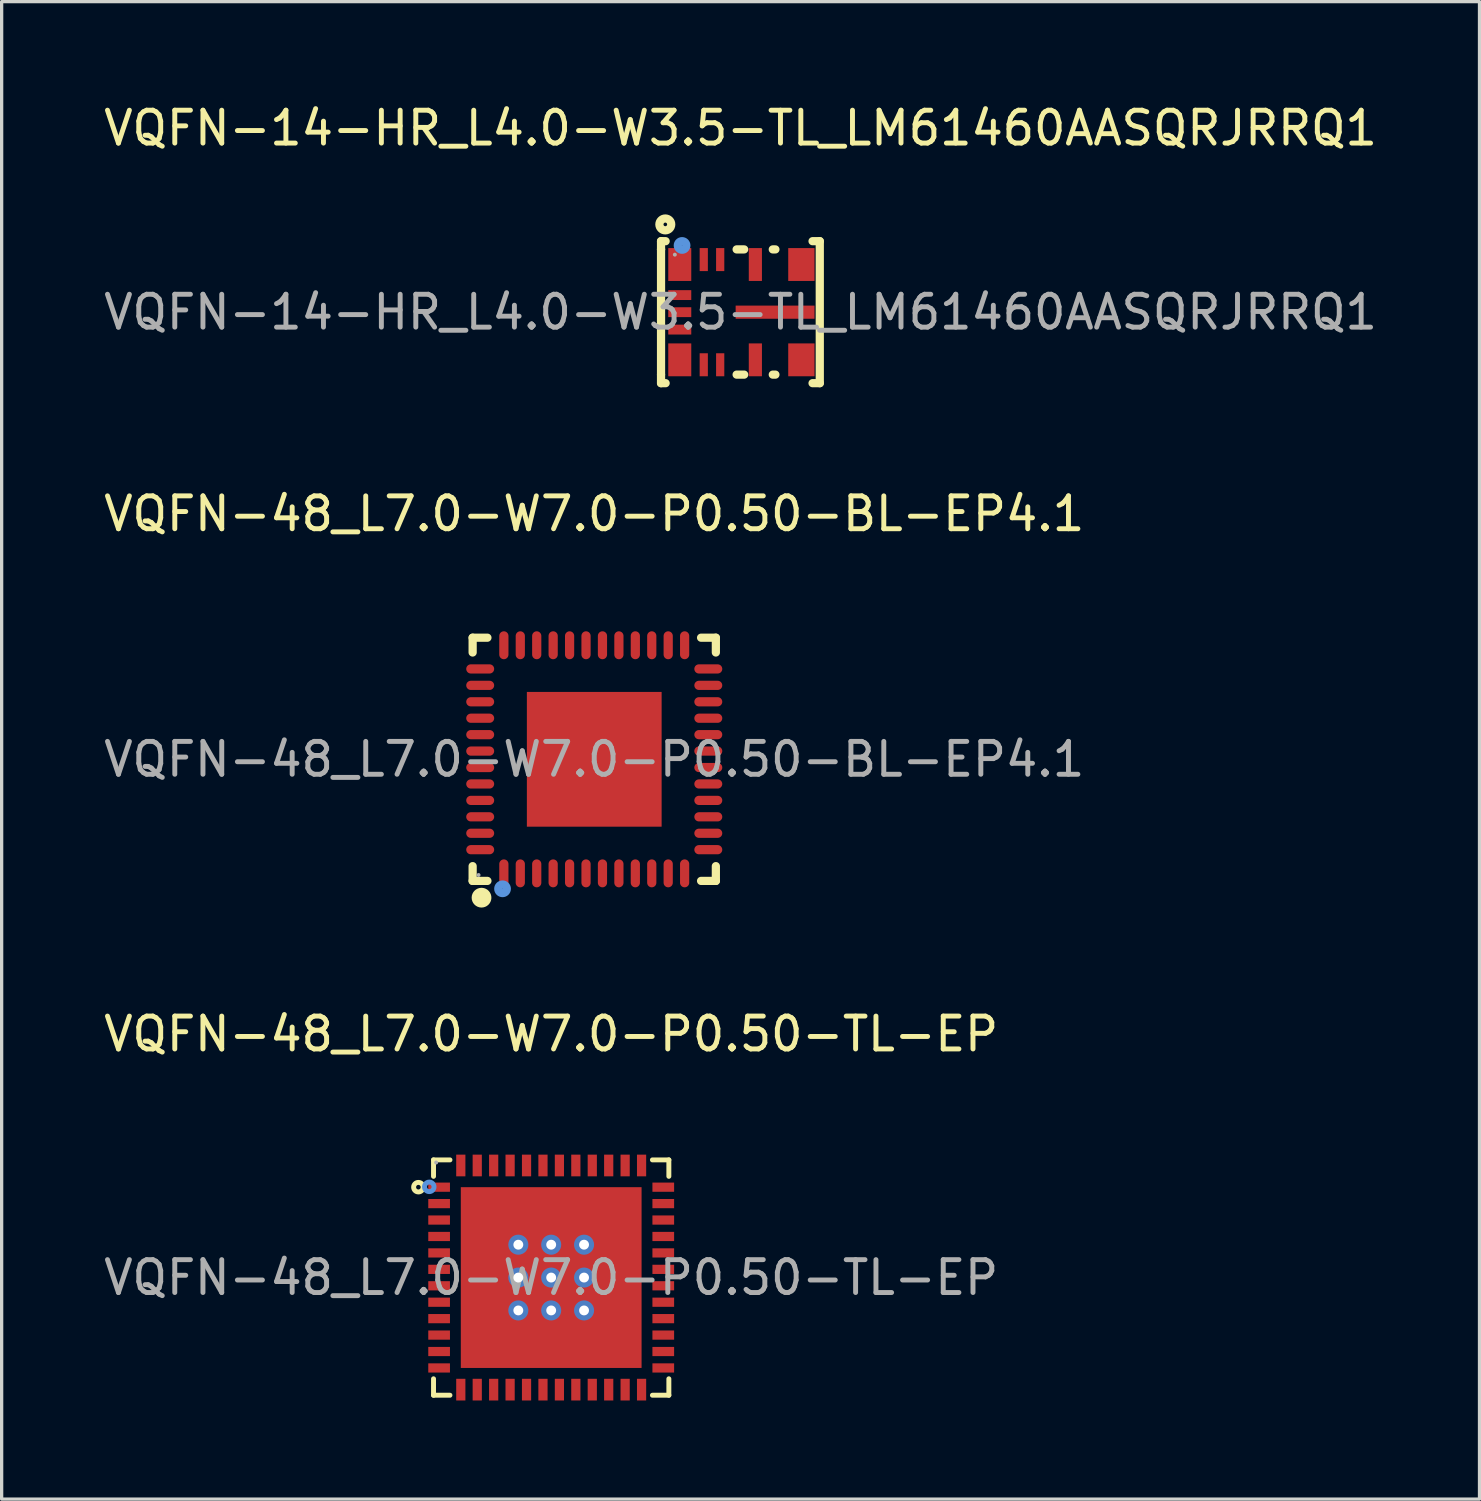
<source format=kicad_pcb>
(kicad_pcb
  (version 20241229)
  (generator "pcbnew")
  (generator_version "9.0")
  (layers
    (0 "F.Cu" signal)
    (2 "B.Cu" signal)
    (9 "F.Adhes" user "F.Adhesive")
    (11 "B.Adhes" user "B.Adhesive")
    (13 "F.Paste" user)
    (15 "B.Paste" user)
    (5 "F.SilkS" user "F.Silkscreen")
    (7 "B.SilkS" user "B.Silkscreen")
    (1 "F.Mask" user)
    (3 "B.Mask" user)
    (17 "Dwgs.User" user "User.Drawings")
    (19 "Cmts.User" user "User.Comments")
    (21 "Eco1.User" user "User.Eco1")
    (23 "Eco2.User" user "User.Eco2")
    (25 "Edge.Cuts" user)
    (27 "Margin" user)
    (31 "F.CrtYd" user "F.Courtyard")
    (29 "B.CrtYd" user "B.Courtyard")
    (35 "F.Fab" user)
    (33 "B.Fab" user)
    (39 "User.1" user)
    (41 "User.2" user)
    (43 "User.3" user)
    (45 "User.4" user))
  (footprint "VQFN-48_L7.0-W7.0-P0.50-BL-EP4.1"
    (layer "F.Cu")
    (at 15.03 20.052)
    (property "Reference" "VQFN-48_L7.0-W7.0-P0.50-BL-EP4.1" (at 0 -7.47 0) (layer "F.SilkS") (effects (font (size 1 1) (thickness 0.15))))
    (attr smd)
    (fp_line (start -3.7 -3.7) (end -3.25 -3.7) (stroke (width 0.25) (type solid)) (layer "F.SilkS"))
    (fp_line (start -3.7 -3.25) (end -3.7 -3.7) (stroke (width 0.25) (type solid)) (layer "F.SilkS"))
    (fp_line (start -3.7 3.7) (end -3.7 3.25) (stroke (width 0.25) (type solid)) (layer "F.SilkS"))
    (fp_line (start -3.25 3.7) (end -3.7 3.7) (stroke (width 0.25) (type solid)) (layer "F.SilkS"))
    (fp_line (start 3.25 3.7) (end 3.7 3.7) (stroke (width 0.25) (type solid)) (layer "F.SilkS"))
    (fp_line (start 3.7 -3.7) (end 3.25 -3.7) (stroke (width 0.25) (type solid)) (layer "F.SilkS"))
    (fp_line (start 3.7 -3.25) (end 3.7 -3.7) (stroke (width 0.25) (type solid)) (layer "F.SilkS"))
    (fp_line (start 3.7 3.7) (end 3.7 3.25) (stroke (width 0.25) (type solid)) (layer "F.SilkS"))
    (fp_arc (start -3.42 4.06) (mid -3.434995 4.36025) (end -3.430016 4.059667) (stroke (width 0.3) (type solid)) (layer "F.SilkS"))
    (fp_circle (center -2.79 3.94) (end -2.66 3.94) (stroke (width 0.25) (type solid)) (fill no) (layer "Cmts.User"))
    (fp_circle (center -3.52 3.52) (end -3.49 3.52) (stroke (width 0.06) (type solid)) (fill no) (layer "F.Fab"))
    (fp_text user "${REFERENCE}" (at 0 0 0) (layer "F.Fab") (effects (font (size 1 1) (thickness 0.15))))
    (pad "1" smd oval (at -2.75 3.47) (size 0.28 0.85) (layers "F.Cu" "F.Mask" "F.Paste"))
    (pad "2" smd oval (at -2.25 3.47) (size 0.28 0.85) (layers "F.Cu" "F.Mask" "F.Paste"))
    (pad "3" smd oval (at -1.75 3.47) (size 0.28 0.85) (layers "F.Cu" "F.Mask" "F.Paste"))
    (pad "4" smd oval (at -1.25 3.47) (size 0.28 0.85) (layers "F.Cu" "F.Mask" "F.Paste"))
    (pad "5" smd oval (at -0.75 3.47) (size 0.28 0.85) (layers "F.Cu" "F.Mask" "F.Paste"))
    (pad "6" smd oval (at -0.25 3.47) (size 0.28 0.85) (layers "F.Cu" "F.Mask" "F.Paste"))
    (pad "7" smd oval (at 0.25 3.47) (size 0.28 0.85) (layers "F.Cu" "F.Mask" "F.Paste"))
    (pad "8" smd oval (at 0.75 3.47) (size 0.28 0.85) (layers "F.Cu" "F.Mask" "F.Paste"))
    (pad "9" smd oval (at 1.25 3.47) (size 0.28 0.85) (layers "F.Cu" "F.Mask" "F.Paste"))
    (pad "10" smd oval (at 1.75 3.47) (size 0.28 0.85) (layers "F.Cu" "F.Mask" "F.Paste"))
    (pad "11" smd oval (at 2.25 3.47) (size 0.28 0.85) (layers "F.Cu" "F.Mask" "F.Paste"))
    (pad "12" smd oval (at 2.75 3.47) (size 0.28 0.85) (layers "F.Cu" "F.Mask" "F.Paste"))
    (pad "13" smd oval (at 3.47 2.75) (size 0.85 0.28) (layers "F.Cu" "F.Mask" "F.Paste"))
    (pad "14" smd oval (at 3.47 2.25) (size 0.85 0.28) (layers "F.Cu" "F.Mask" "F.Paste"))
    (pad "15" smd oval (at 3.47 1.75) (size 0.85 0.28) (layers "F.Cu" "F.Mask" "F.Paste"))
    (pad "16" smd oval (at 3.47 1.25) (size 0.85 0.28) (layers "F.Cu" "F.Mask" "F.Paste"))
    (pad "17" smd oval (at 3.47 0.75) (size 0.85 0.28) (layers "F.Cu" "F.Mask" "F.Paste"))
    (pad "18" smd oval (at 3.47 0.25) (size 0.85 0.28) (layers "F.Cu" "F.Mask" "F.Paste"))
    (pad "19" smd oval (at 3.47 -0.25) (size 0.85 0.28) (layers "F.Cu" "F.Mask" "F.Paste"))
    (pad "20" smd oval (at 3.47 -0.75) (size 0.85 0.28) (layers "F.Cu" "F.Mask" "F.Paste"))
    (pad "21" smd oval (at 3.47 -1.25) (size 0.85 0.28) (layers "F.Cu" "F.Mask" "F.Paste"))
    (pad "22" smd oval (at 3.47 -1.75) (size 0.85 0.28) (layers "F.Cu" "F.Mask" "F.Paste"))
    (pad "23" smd oval (at 3.47 -2.25) (size 0.85 0.28) (layers "F.Cu" "F.Mask" "F.Paste"))
    (pad "24" smd oval (at 3.47 -2.75) (size 0.85 0.28) (layers "F.Cu" "F.Mask" "F.Paste"))
    (pad "25" smd oval (at 2.75 -3.47) (size 0.28 0.85) (layers "F.Cu" "F.Mask" "F.Paste"))
    (pad "26" smd oval (at 2.25 -3.47) (size 0.28 0.85) (layers "F.Cu" "F.Mask" "F.Paste"))
    (pad "27" smd oval (at 1.75 -3.47) (size 0.28 0.85) (layers "F.Cu" "F.Mask" "F.Paste"))
    (pad "28" smd oval (at 1.25 -3.47) (size 0.28 0.85) (layers "F.Cu" "F.Mask" "F.Paste"))
    (pad "29" smd oval (at 0.75 -3.47) (size 0.28 0.85) (layers "F.Cu" "F.Mask" "F.Paste"))
    (pad "30" smd oval (at 0.25 -3.47) (size 0.28 0.85) (layers "F.Cu" "F.Mask" "F.Paste"))
    (pad "31" smd oval (at -0.25 -3.47) (size 0.28 0.85) (layers "F.Cu" "F.Mask" "F.Paste"))
    (pad "32" smd oval (at -0.75 -3.47) (size 0.28 0.85) (layers "F.Cu" "F.Mask" "F.Paste"))
    (pad "33" smd oval (at -1.25 -3.47) (size 0.28 0.85) (layers "F.Cu" "F.Mask" "F.Paste"))
    (pad "34" smd oval (at -1.75 -3.47) (size 0.28 0.85) (layers "F.Cu" "F.Mask" "F.Paste"))
    (pad "35" smd oval (at -2.25 -3.47) (size 0.28 0.85) (layers "F.Cu" "F.Mask" "F.Paste"))
    (pad "36" smd oval (at -2.75 -3.47) (size 0.28 0.85) (layers "F.Cu" "F.Mask" "F.Paste"))
    (pad "37" smd oval (at -3.47 -2.75) (size 0.85 0.28) (layers "F.Cu" "F.Mask" "F.Paste"))
    (pad "38" smd oval (at -3.47 -2.25) (size 0.85 0.28) (layers "F.Cu" "F.Mask" "F.Paste"))
    (pad "39" smd oval (at -3.47 -1.75) (size 0.85 0.28) (layers "F.Cu" "F.Mask" "F.Paste"))
    (pad "40" smd oval (at -3.47 -1.25) (size 0.85 0.28) (layers "F.Cu" "F.Mask" "F.Paste"))
    (pad "41" smd oval (at -3.47 -0.75) (size 0.85 0.28) (layers "F.Cu" "F.Mask" "F.Paste"))
    (pad "42" smd oval (at -3.47 -0.25) (size 0.85 0.28) (layers "F.Cu" "F.Mask" "F.Paste"))
    (pad "43" smd oval (at -3.47 0.25) (size 0.85 0.28) (layers "F.Cu" "F.Mask" "F.Paste"))
    (pad "44" smd oval (at -3.47 0.75) (size 0.85 0.28) (layers "F.Cu" "F.Mask" "F.Paste"))
    (pad "45" smd oval (at -3.47 1.25) (size 0.85 0.28) (layers "F.Cu" "F.Mask" "F.Paste"))
    (pad "46" smd oval (at -3.47 1.75) (size 0.85 0.28) (layers "F.Cu" "F.Mask" "F.Paste"))
    (pad "47" smd oval (at -3.47 2.25) (size 0.85 0.28) (layers "F.Cu" "F.Mask" "F.Paste"))
    (pad "48" smd oval (at -3.47 2.75) (size 0.85 0.28) (layers "F.Cu" "F.Mask" "F.Paste"))
    (pad "49" smd rect (at 0 0) (size 4.1 4.1) (layers "F.Cu" "F.Mask" "F.Paste")))
  (footprint "VQFN-48_L7.0-W7.0-P0.50-TL-EP"
    (layer "F.Cu")
    (at 13.72 35.82)
    (property "Reference" "VQFN-48_L7.0-W7.0-P0.50-TL-EP" (at 0 -7.41 0) (layer "F.SilkS") (effects (font (size 1 1) (thickness 0.15))))
    (attr smd)
    (fp_line (start -3.58 -3.58) (end -3.58 -3.08) (stroke (width 0.15) (type solid)) (layer "F.SilkS"))
    (fp_line (start -3.58 3.58) (end -3.58 3.08) (stroke (width 0.15) (type solid)) (layer "F.SilkS"))
    (fp_line (start -3.08 -3.58) (end -3.58 -3.58) (stroke (width 0.15) (type solid)) (layer "F.SilkS"))
    (fp_line (start -3.08 3.58) (end -3.58 3.58) (stroke (width 0.15) (type solid)) (layer "F.SilkS"))
    (fp_line (start 3.08 -3.58) (end 3.58 -3.58) (stroke (width 0.15) (type solid)) (layer "F.SilkS"))
    (fp_line (start 3.08 3.58) (end 3.58 3.58) (stroke (width 0.15) (type solid)) (layer "F.SilkS"))
    (fp_line (start 3.58 -3.58) (end 3.58 -3.08) (stroke (width 0.15) (type solid)) (layer "F.SilkS"))
    (fp_line (start 3.58 3.58) (end 3.58 3.08) (stroke (width 0.15) (type solid)) (layer "F.SilkS"))
    (fp_circle (center -4.04 -2.75) (end -3.97 -2.75) (stroke (width 0.15) (type solid)) (fill no) (layer "F.SilkS"))
    (fp_circle (center -3.71 -2.76) (end -3.64 -2.76) (stroke (width 0.15) (type solid)) (fill no) (layer "Cmts.User"))
    (fp_circle (center -3.5 -3.5) (end -3.47 -3.5) (stroke (width 0.06) (type solid)) (fill no) (layer "F.Fab"))
    (fp_text user "${REFERENCE}" (at 0 0 0) (layer "F.Fab") (effects (font (size 1 1) (thickness 0.15))))
    (pad "" thru_hole circle (at -1 -1) (size 0.61 0.61) (drill 0.3) (layers "*.Cu" "*.Paste" "*.Mask"))
    (pad "" thru_hole circle (at -1 0) (size 0.61 0.61) (drill 0.3) (layers "*.Cu" "*.Paste" "*.Mask"))
    (pad "" thru_hole circle (at -1 1) (size 0.61 0.61) (drill 0.3) (layers "*.Cu" "*.Paste" "*.Mask"))
    (pad "" thru_hole circle (at 0 -1) (size 0.61 0.61) (drill 0.3) (layers "*.Cu" "*.Paste" "*.Mask"))
    (pad "" thru_hole circle (at 0 0) (size 0.61 0.61) (drill 0.3) (layers "*.Cu" "*.Paste" "*.Mask"))
    (pad "" thru_hole circle (at 0 1) (size 0.61 0.61) (drill 0.3) (layers "*.Cu" "*.Paste" "*.Mask"))
    (pad "" thru_hole circle (at 1 -1) (size 0.61 0.61) (drill 0.3) (layers "*.Cu" "*.Paste" "*.Mask"))
    (pad "" thru_hole circle (at 1 0) (size 0.61 0.61) (drill 0.3) (layers "*.Cu" "*.Paste" "*.Mask"))
    (pad "" thru_hole circle (at 1 1) (size 0.61 0.61) (drill 0.3) (layers "*.Cu" "*.Paste" "*.Mask"))
    (pad "1" smd rect (at -3.41 -2.75) (size 0.66 0.28) (layers "F.Cu" "F.Mask" "F.Paste"))
    (pad "2" smd rect (at -3.41 -2.25) (size 0.66 0.28) (layers "F.Cu" "F.Mask" "F.Paste"))
    (pad "3" smd rect (at -3.41 -1.75) (size 0.66 0.28) (layers "F.Cu" "F.Mask" "F.Paste"))
    (pad "4" smd rect (at -3.41 -1.25) (size 0.66 0.28) (layers "F.Cu" "F.Mask" "F.Paste"))
    (pad "5" smd rect (at -3.41 -0.75) (size 0.66 0.28) (layers "F.Cu" "F.Mask" "F.Paste"))
    (pad "6" smd rect (at -3.41 -0.25) (size 0.66 0.28) (layers "F.Cu" "F.Mask" "F.Paste"))
    (pad "7" smd rect (at -3.41 0.25) (size 0.66 0.28) (layers "F.Cu" "F.Mask" "F.Paste"))
    (pad "8" smd rect (at -3.41 0.75) (size 0.66 0.28) (layers "F.Cu" "F.Mask" "F.Paste"))
    (pad "9" smd rect (at -3.41 1.25) (size 0.66 0.28) (layers "F.Cu" "F.Mask" "F.Paste"))
    (pad "10" smd rect (at -3.41 1.75) (size 0.66 0.28) (layers "F.Cu" "F.Mask" "F.Paste"))
    (pad "11" smd rect (at -3.41 2.25) (size 0.66 0.28) (layers "F.Cu" "F.Mask" "F.Paste"))
    (pad "12" smd rect (at -3.41 2.75) (size 0.66 0.28) (layers "F.Cu" "F.Mask" "F.Paste"))
    (pad "13" smd rect (at -2.75 3.41) (size 0.28 0.66) (layers "F.Cu" "F.Mask" "F.Paste"))
    (pad "14" smd rect (at -2.25 3.41) (size 0.28 0.66) (layers "F.Cu" "F.Mask" "F.Paste"))
    (pad "15" smd rect (at -1.75 3.41) (size 0.28 0.66) (layers "F.Cu" "F.Mask" "F.Paste"))
    (pad "16" smd rect (at -1.25 3.41) (size 0.28 0.66) (layers "F.Cu" "F.Mask" "F.Paste"))
    (pad "17" smd rect (at -0.75 3.41) (size 0.28 0.66) (layers "F.Cu" "F.Mask" "F.Paste"))
    (pad "18" smd rect (at -0.25 3.41) (size 0.28 0.66) (layers "F.Cu" "F.Mask" "F.Paste"))
    (pad "19" smd rect (at 0.25 3.41) (size 0.28 0.66) (layers "F.Cu" "F.Mask" "F.Paste"))
    (pad "20" smd rect (at 0.75 3.41) (size 0.28 0.66) (layers "F.Cu" "F.Mask" "F.Paste"))
    (pad "21" smd rect (at 1.25 3.41) (size 0.28 0.66) (layers "F.Cu" "F.Mask" "F.Paste"))
    (pad "22" smd rect (at 1.75 3.41) (size 0.28 0.66) (layers "F.Cu" "F.Mask" "F.Paste"))
    (pad "23" smd rect (at 2.25 3.41) (size 0.28 0.66) (layers "F.Cu" "F.Mask" "F.Paste"))
    (pad "24" smd rect (at 2.75 3.41) (size 0.28 0.66) (layers "F.Cu" "F.Mask" "F.Paste"))
    (pad "25" smd rect (at 3.41 2.75) (size 0.66 0.28) (layers "F.Cu" "F.Mask" "F.Paste"))
    (pad "26" smd rect (at 3.41 2.25) (size 0.66 0.28) (layers "F.Cu" "F.Mask" "F.Paste"))
    (pad "27" smd rect (at 3.41 1.75) (size 0.66 0.28) (layers "F.Cu" "F.Mask" "F.Paste"))
    (pad "28" smd rect (at 3.41 1.25) (size 0.66 0.28) (layers "F.Cu" "F.Mask" "F.Paste"))
    (pad "29" smd rect (at 3.41 0.75) (size 0.66 0.28) (layers "F.Cu" "F.Mask" "F.Paste"))
    (pad "30" smd rect (at 3.41 0.25) (size 0.66 0.28) (layers "F.Cu" "F.Mask" "F.Paste"))
    (pad "31" smd rect (at 3.41 -0.25) (size 0.66 0.28) (layers "F.Cu" "F.Mask" "F.Paste"))
    (pad "32" smd rect (at 3.41 -0.75) (size 0.66 0.28) (layers "F.Cu" "F.Mask" "F.Paste"))
    (pad "33" smd rect (at 3.41 -1.25) (size 0.66 0.28) (layers "F.Cu" "F.Mask" "F.Paste"))
    (pad "34" smd rect (at 3.41 -1.75) (size 0.66 0.28) (layers "F.Cu" "F.Mask" "F.Paste"))
    (pad "35" smd rect (at 3.41 -2.25) (size 0.66 0.28) (layers "F.Cu" "F.Mask" "F.Paste"))
    (pad "36" smd rect (at 3.41 -2.75) (size 0.66 0.28) (layers "F.Cu" "F.Mask" "F.Paste"))
    (pad "37" smd rect (at 2.75 -3.41) (size 0.28 0.66) (layers "F.Cu" "F.Mask" "F.Paste"))
    (pad "38" smd rect (at 2.25 -3.41) (size 0.28 0.66) (layers "F.Cu" "F.Mask" "F.Paste"))
    (pad "39" smd rect (at 1.75 -3.41) (size 0.28 0.66) (layers "F.Cu" "F.Mask" "F.Paste"))
    (pad "40" smd rect (at 1.25 -3.41) (size 0.28 0.66) (layers "F.Cu" "F.Mask" "F.Paste"))
    (pad "41" smd rect (at 0.75 -3.41) (size 0.28 0.66) (layers "F.Cu" "F.Mask" "F.Paste"))
    (pad "42" smd rect (at 0.25 -3.41) (size 0.28 0.66) (layers "F.Cu" "F.Mask" "F.Paste"))
    (pad "43" smd rect (at -0.25 -3.41) (size 0.28 0.66) (layers "F.Cu" "F.Mask" "F.Paste"))
    (pad "44" smd rect (at -0.75 -3.41) (size 0.28 0.66) (layers "F.Cu" "F.Mask" "F.Paste"))
    (pad "45" smd rect (at -1.25 -3.41) (size 0.28 0.66) (layers "F.Cu" "F.Mask" "F.Paste"))
    (pad "46" smd rect (at -1.75 -3.41) (size 0.28 0.66) (layers "F.Cu" "F.Mask" "F.Paste"))
    (pad "47" smd rect (at -2.25 -3.41) (size 0.28 0.66) (layers "F.Cu" "F.Mask" "F.Paste"))
    (pad "48" smd rect (at -2.75 -3.41) (size 0.28 0.66) (layers "F.Cu" "F.Mask" "F.Paste"))
    (pad "49" smd rect (at 0 0) (size 5.5 5.5) (layers "F.Cu" "F.Mask" "F.Paste")))
  (footprint "VQFN-14-HR_L4.0-W3.5-TL_LM61460AASQRJRRQ1"
    (layer "F.Cu")
    (at 19.482 6.448)
    (property "Reference" "VQFN-14-HR_L4.0-W3.5-TL_LM61460AASQRJRRQ1" (at 0 -5.6 0) (layer "F.SilkS") (effects (font (size 1 1) (thickness 0.15))))
    (attr smd)
    (fp_line (start -2.42 -2.16) (end -2.28 -2.16) (stroke (width 0.25) (type solid)) (layer "F.SilkS"))
    (fp_line (start -2.42 -1.91) (end -2.42 -2.16) (stroke (width 0.25) (type solid)) (layer "F.SilkS"))
    (fp_line (start -2.42 -1.91) (end -2.42 -1.91) (stroke (width 0.25) (type solid)) (layer "F.SilkS"))
    (fp_line (start -2.42 -1.91) (end -2.42 1.9) (stroke (width 0.25) (type solid)) (layer "F.SilkS"))
    (fp_line (start -2.42 1.9) (end -2.42 2.16) (stroke (width 0.25) (type solid)) (layer "F.SilkS"))
    (fp_line (start -2.42 2.16) (end -2.28 2.16) (stroke (width 0.25) (type solid)) (layer "F.SilkS"))
    (fp_line (start -0.12 1.9) (end 0.11 1.9) (stroke (width 0.25) (type solid)) (layer "F.SilkS"))
    (fp_line (start 0.11 -1.91) (end -0.12 -1.91) (stroke (width 0.25) (type solid)) (layer "F.SilkS"))
    (fp_line (start 0.98 1.9) (end 1.06 1.9) (stroke (width 0.25) (type solid)) (layer "F.SilkS"))
    (fp_line (start 1.06 -1.91) (end 0.98 -1.91) (stroke (width 0.25) (type solid)) (layer "F.SilkS"))
    (fp_line (start 2.19 2.16) (end 2.41 2.16) (stroke (width 0.25) (type solid)) (layer "F.SilkS"))
    (fp_line (start 2.41 -2.16) (end 2.19 -2.16) (stroke (width 0.25) (type solid)) (layer "F.SilkS"))
    (fp_line (start 2.41 2.16) (end 2.41 -2.16) (stroke (width 0.25) (type solid)) (layer "F.SilkS"))
    (fp_circle (center -2.29 -2.67) (end -2.11 -2.67) (stroke (width 0.25) (type solid)) (fill no) (layer "F.SilkS"))
    (fp_circle (center -1.78 -2.03) (end -1.65 -2.03) (stroke (width 0.25) (type solid)) (fill no) (layer "Cmts.User"))
    (fp_circle (center -2 -1.75) (end -1.97 -1.75) (stroke (width 0.06) (type solid)) (fill no) (layer "F.Fab"))
    (fp_text user "${REFERENCE}" (at 0 0 0) (layer "F.Fab") (effects (font (size 1 1) (thickness 0.15))))
    (pad "1" smd rect (at -1.85 -1.45) (size 0.7 1) (layers "F.Cu" "F.Mask" "F.Paste"))
    (pad "2" smd rect (at -1.85 -0.52 90) (size 0.3 0.7) (layers "F.Cu" "F.Mask" "F.Paste"))
    (pad "3" smd rect (at -1.85 0 90) (size 0.3 0.7) (layers "F.Cu" "F.Mask" "F.Paste"))
    (pad "4" smd rect (at -1.85 0.53 90) (size 0.3 0.7) (layers "F.Cu" "F.Mask" "F.Paste"))
    (pad "5" smd rect (at -1.85 1.45) (size 0.7 1) (layers "F.Cu" "F.Mask" "F.Paste"))
    (pad "6" smd rect (at -1.12 1.6) (size 0.25 0.7) (layers "F.Cu" "F.Mask" "F.Paste"))
    (pad "7" smd rect (at -0.62 1.6) (size 0.25 0.7) (layers "F.Cu" "F.Mask" "F.Paste"))
    (pad "8" smd rect (at 0.45 1.45) (size 0.4 1) (layers "F.Cu" "F.Mask" "F.Paste"))
    (pad "9" smd rect (at 1.85 1.45) (size 0.8 1) (layers "F.Cu" "F.Mask" "F.Paste"))
    (pad "10" smd rect (at 1.05 0 90) (size 0.4 2.4) (layers "F.Cu" "F.Mask" "F.Paste"))
    (pad "11" smd rect (at 1.85 -1.45) (size 0.8 1) (layers "F.Cu" "F.Mask" "F.Paste"))
    (pad "12" smd rect (at 0.45 -1.45) (size 0.4 1) (layers "F.Cu" "F.Mask" "F.Paste"))
    (pad "13" smd rect (at -0.62 -1.6) (size 0.25 0.7) (layers "F.Cu" "F.Mask" "F.Paste"))
    (pad "14" smd rect (at -1.12 -1.6) (size 0.25 0.7) (layers "F.Cu" "F.Mask" "F.Paste")))
  (gr_rect
    (start -3 -3)
    (end 41.964 42.56)
    (stroke (width 0.1) (type default))
    (fill no)
    (layer "Edge.Cuts")))
</source>
